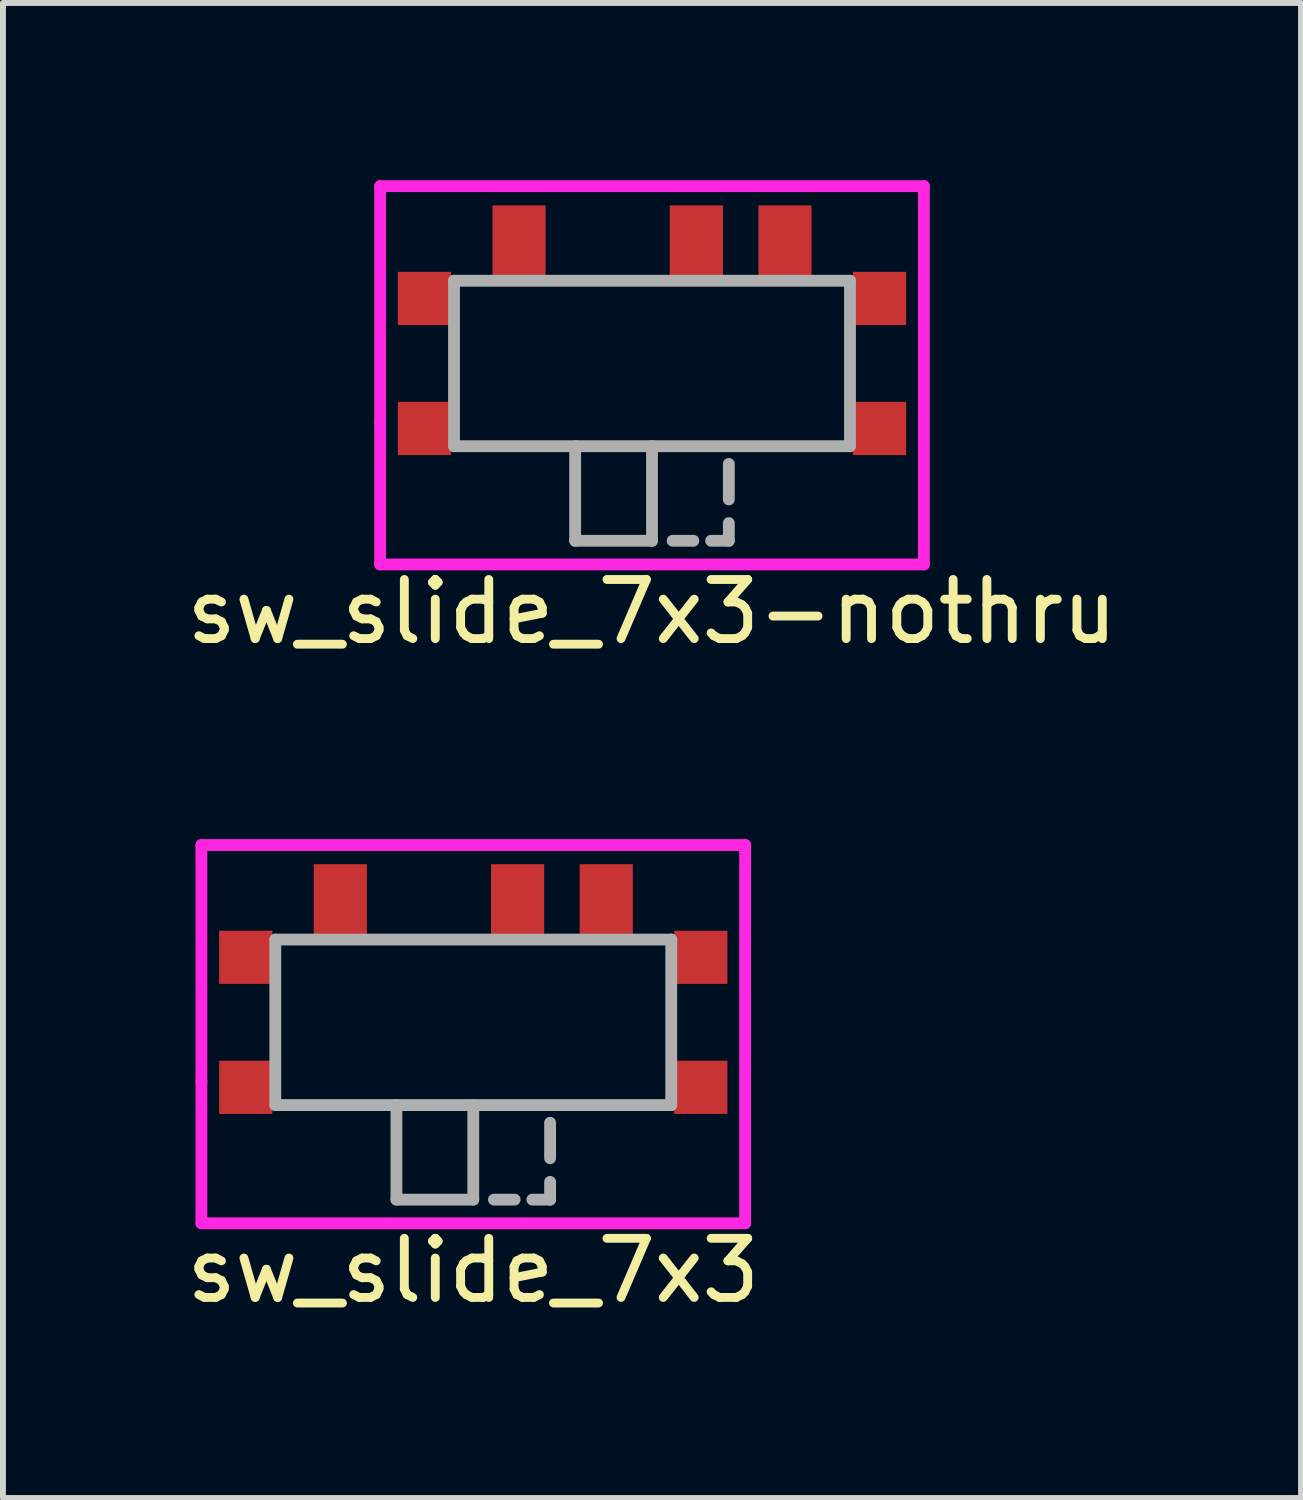
<source format=kicad_pcb>
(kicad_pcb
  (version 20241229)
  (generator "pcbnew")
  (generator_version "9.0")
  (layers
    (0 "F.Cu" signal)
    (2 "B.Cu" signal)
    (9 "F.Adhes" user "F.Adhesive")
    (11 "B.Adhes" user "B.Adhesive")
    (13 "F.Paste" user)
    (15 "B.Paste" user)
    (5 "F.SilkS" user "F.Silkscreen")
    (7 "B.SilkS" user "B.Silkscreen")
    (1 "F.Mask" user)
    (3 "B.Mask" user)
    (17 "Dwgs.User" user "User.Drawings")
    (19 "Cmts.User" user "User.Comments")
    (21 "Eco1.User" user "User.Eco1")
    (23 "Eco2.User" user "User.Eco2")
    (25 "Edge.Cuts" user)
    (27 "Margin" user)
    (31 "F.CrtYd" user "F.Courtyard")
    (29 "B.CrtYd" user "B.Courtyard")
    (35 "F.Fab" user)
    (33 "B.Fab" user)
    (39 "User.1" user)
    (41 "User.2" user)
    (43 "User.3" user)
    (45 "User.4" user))
  (footprint "sw_slide_7x3-nothru"
    (layer "F.Cu")
    (at 7.982 3.1)
    (property "Reference" "sw_slide_7x3-nothru" (at 0 4.2 0) (layer "F.SilkS") (effects (font (size 1 1) (thickness 0.15))))
    (attr through_hole)
    (fp_line (start -4.6 -3) (end -4.6 1) (stroke (width 0.2) (type solid)) (layer "F.CrtYd"))
    (fp_line (start -4.6 1) (end -4.6 3.4) (stroke (width 0.2) (type solid)) (layer "F.CrtYd"))
    (fp_line (start -4.6 3.4) (end 4.6 3.4) (stroke (width 0.2) (type solid)) (layer "F.CrtYd"))
    (fp_line (start 4.6 -3) (end -4.6 -3) (stroke (width 0.2) (type solid)) (layer "F.CrtYd"))
    (fp_line (start 4.6 3.4) (end 4.6 -3) (stroke (width 0.2) (type solid)) (layer "F.CrtYd"))
    (fp_line (start -3.35 -1.4) (end 3.35 -1.4) (stroke (width 0.2) (type solid)) (layer "F.Fab"))
    (fp_line (start -3.35 1.4) (end -3.35 -1.4) (stroke (width 0.2) (type solid)) (layer "F.Fab"))
    (fp_line (start -1.3 3) (end -1.3 1.4) (stroke (width 0.2) (type solid)) (layer "F.Fab"))
    (fp_line (start 0 1.4) (end 0 3) (stroke (width 0.2) (type solid)) (layer "F.Fab"))
    (fp_line (start 0 3) (end -1.3 3) (stroke (width 0.2) (type solid)) (layer "F.Fab"))
    (fp_line (start 0.7 3) (end 0.35 3) (stroke (width 0.2) (type solid)) (layer "F.Fab"))
    (fp_line (start 1.3 1.7) (end 1.3 2.3) (stroke (width 0.2) (type solid)) (layer "F.Fab"))
    (fp_line (start 1.3 2.7) (end 1.3 3) (stroke (width 0.2) (type solid)) (layer "F.Fab"))
    (fp_line (start 1.3 3) (end 1 3) (stroke (width 0.2) (type solid)) (layer "F.Fab"))
    (fp_line (start 3.35 -1.4) (end 3.35 1.4) (stroke (width 0.2) (type solid)) (layer "F.Fab"))
    (fp_line (start 3.35 1.4) (end -3.35 1.4) (stroke (width 0.2) (type solid)) (layer "F.Fab"))
    (pad "1" smd rect (at -2.25 -2.05) (size 0.9 1.25) (layers "F.Cu" "F.Mask" "F.Paste"))
    (pad "2" smd rect (at 0.75 -2.05) (size 0.9 1.25) (layers "F.Cu" "F.Mask" "F.Paste"))
    (pad "3" smd rect (at 2.25 -2.05) (size 0.9 1.25) (layers "F.Cu" "F.Mask" "F.Paste"))
    (pad "4" smd rect (at -3.85 -1.1) (size 0.9 0.9) (layers "F.Cu" "F.Mask" "F.Paste"))
    (pad "4" smd rect (at -3.85 1.1) (size 0.9 0.9) (layers "F.Cu" "F.Mask" "F.Paste"))
    (pad "4" smd rect (at 3.85 -1.1) (size 0.9 0.9) (layers "F.Cu" "F.Mask" "F.Paste"))
    (pad "4" smd rect (at 3.85 1.1) (size 0.9 0.9) (layers "F.Cu" "F.Mask" "F.Paste")))
  (footprint "sw_slide_7x3"
    (layer "F.Cu")
    (at 4.958 14.248)
    (property "Reference" "sw_slide_7x3" (at 0 4.2 0) (layer "F.SilkS") (effects (font (size 1 1) (thickness 0.15))))
    (attr through_hole)
    (fp_line (start -4.6 -3) (end -4.6 1) (stroke (width 0.2) (type solid)) (layer "F.CrtYd"))
    (fp_line (start -4.6 1) (end -4.6 3.4) (stroke (width 0.2) (type solid)) (layer "F.CrtYd"))
    (fp_line (start -4.6 3.4) (end 4.6 3.4) (stroke (width 0.2) (type solid)) (layer "F.CrtYd"))
    (fp_line (start 4.6 -3) (end -4.6 -3) (stroke (width 0.2) (type solid)) (layer "F.CrtYd"))
    (fp_line (start 4.6 3.4) (end 4.6 -3) (stroke (width 0.2) (type solid)) (layer "F.CrtYd"))
    (fp_line (start -3.35 -1.4) (end 3.35 -1.4) (stroke (width 0.2) (type solid)) (layer "F.Fab"))
    (fp_line (start -3.35 1.4) (end -3.35 -1.4) (stroke (width 0.2) (type solid)) (layer "F.Fab"))
    (fp_line (start -1.3 3) (end -1.3 1.4) (stroke (width 0.2) (type solid)) (layer "F.Fab"))
    (fp_line (start 0 1.4) (end 0 3) (stroke (width 0.2) (type solid)) (layer "F.Fab"))
    (fp_line (start 0 3) (end -1.3 3) (stroke (width 0.2) (type solid)) (layer "F.Fab"))
    (fp_line (start 0.7 3) (end 0.35 3) (stroke (width 0.2) (type solid)) (layer "F.Fab"))
    (fp_line (start 1.3 1.7) (end 1.3 2.3) (stroke (width 0.2) (type solid)) (layer "F.Fab"))
    (fp_line (start 1.3 2.7) (end 1.3 3) (stroke (width 0.2) (type solid)) (layer "F.Fab"))
    (fp_line (start 1.3 3) (end 1 3) (stroke (width 0.2) (type solid)) (layer "F.Fab"))
    (fp_line (start 3.35 -1.4) (end 3.35 1.4) (stroke (width 0.2) (type solid)) (layer "F.Fab"))
    (fp_line (start 3.35 1.4) (end -3.35 1.4) (stroke (width 0.2) (type solid)) (layer "F.Fab"))
    (pad "1" smd rect (at -2.25 -2.05) (size 0.9 1.25) (layers "F.Cu" "F.Mask" "F.Paste"))
    (pad "2" smd rect (at 0.75 -2.05) (size 0.9 1.25) (layers "F.Cu" "F.Mask" "F.Paste"))
    (pad "3" smd rect (at 2.25 -2.05) (size 0.9 1.25) (layers "F.Cu" "F.Mask" "F.Paste"))
    (pad "4" smd rect (at -3.85 -1.1) (size 0.9 0.9) (layers "F.Cu" "F.Mask" "F.Paste"))
    (pad "4" smd rect (at -3.85 1.1) (size 0.9 0.9) (layers "F.Cu" "F.Mask" "F.Paste"))
    (pad "4" smd rect (at 3.85 -1.1) (size 0.9 0.9) (layers "F.Cu" "F.Mask" "F.Paste"))
    (pad "4" smd rect (at 3.85 1.1) (size 0.9 0.9) (layers "F.Cu" "F.Mask" "F.Paste")))
  (gr_rect
    (start -3 -3)
    (end 18.964 22.297)
    (stroke (width 0.1) (type default))
    (fill no)
    (layer "Edge.Cuts")))
</source>
